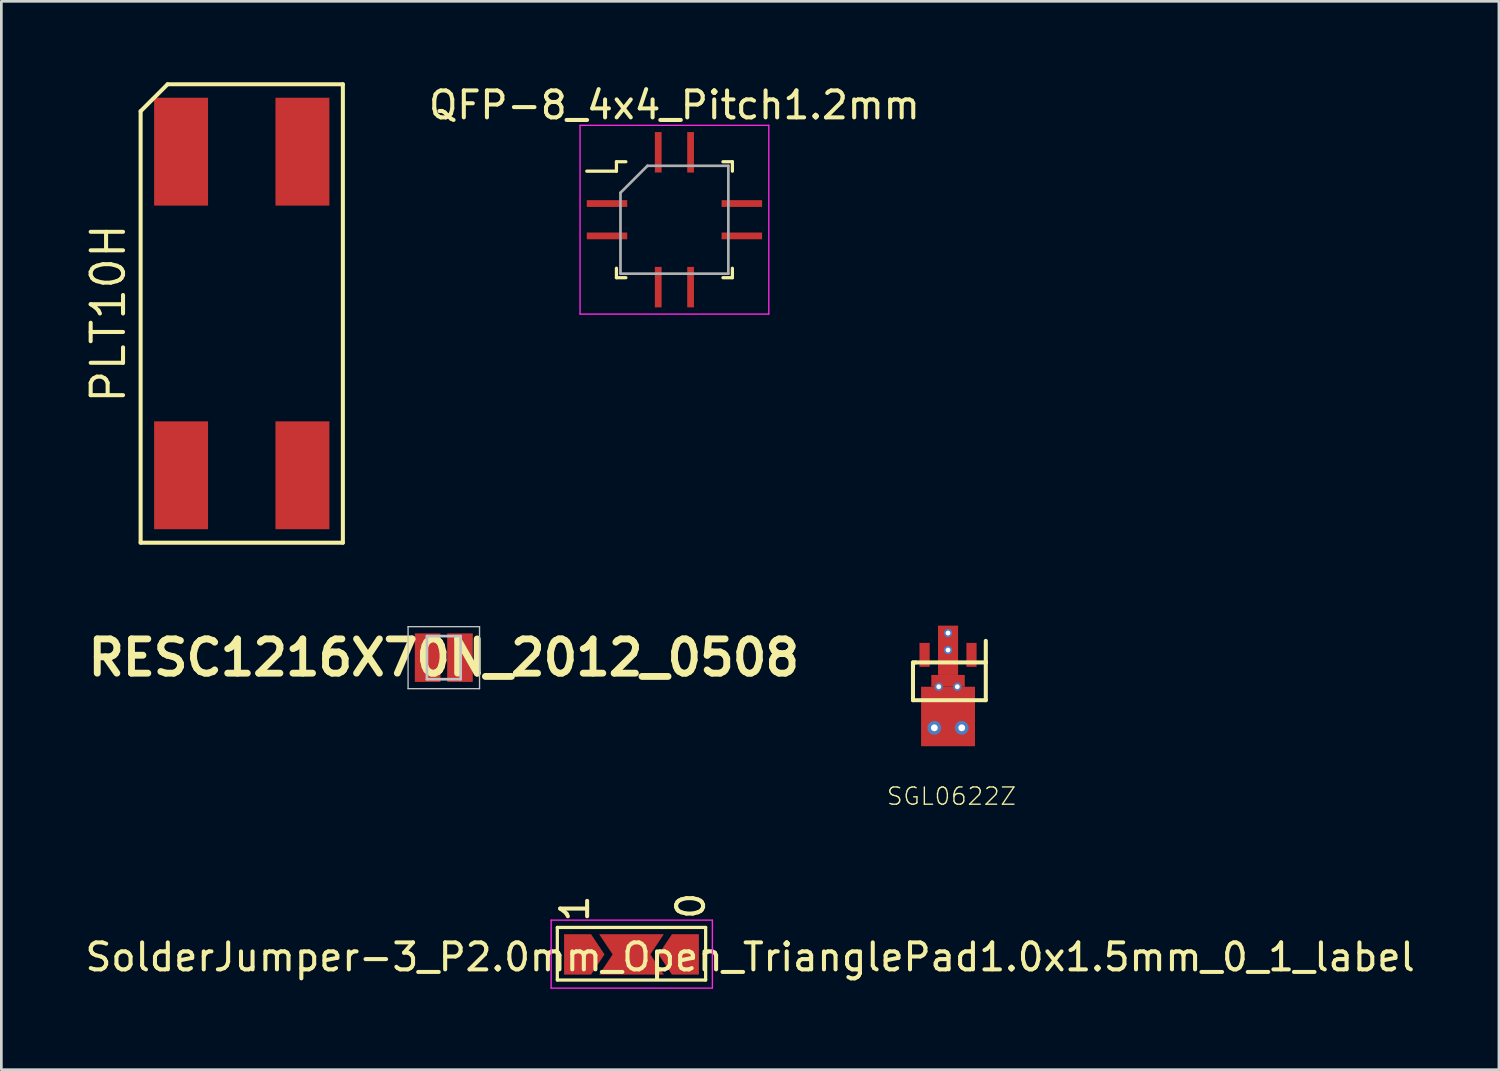
<source format=kicad_pcb>
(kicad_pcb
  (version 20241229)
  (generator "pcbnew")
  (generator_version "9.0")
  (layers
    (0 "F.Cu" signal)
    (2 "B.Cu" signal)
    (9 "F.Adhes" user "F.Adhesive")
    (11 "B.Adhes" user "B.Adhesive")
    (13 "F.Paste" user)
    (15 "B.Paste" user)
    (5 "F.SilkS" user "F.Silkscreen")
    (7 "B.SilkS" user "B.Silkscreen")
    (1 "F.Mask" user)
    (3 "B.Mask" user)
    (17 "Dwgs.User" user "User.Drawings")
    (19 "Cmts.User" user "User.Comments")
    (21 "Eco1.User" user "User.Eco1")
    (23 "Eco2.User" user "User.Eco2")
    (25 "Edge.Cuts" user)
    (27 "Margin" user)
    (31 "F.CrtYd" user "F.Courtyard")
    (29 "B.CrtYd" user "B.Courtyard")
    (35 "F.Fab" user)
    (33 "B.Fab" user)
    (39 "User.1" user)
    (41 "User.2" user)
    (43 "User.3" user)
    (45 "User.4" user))
  (footprint "SGL0622Z"
    (layer "F.Cu")
    (at 32.107 22.416)
    (property "Reference" "SGL0622Z" (at 0.127 4.064 0) (layer "F.SilkS") (effects (font (size 0.64 0.64) (thickness 0.05))))
    (attr smd)
    (fp_line (start -1.3 -0.9) (end -1.2 -0.9) (stroke (width 0.15) (type solid)) (layer "F.SilkS"))
    (fp_line (start -1.3 0.5) (end -1.3 -0.9) (stroke (width 0.15) (type solid)) (layer "F.SilkS"))
    (fp_line (start -1.2 -0.9) (end 1.4 -0.9) (stroke (width 0.15) (type solid)) (layer "F.SilkS"))
    (fp_line (start 1.4 -0.9) (end 1.4 -1.7) (stroke (width 0.15) (type solid)) (layer "F.SilkS"))
    (fp_line (start 1.4 -0.9) (end 1.4 0.5) (stroke (width 0.15) (type solid)) (layer "F.SilkS"))
    (fp_line (start 1.4 0.5) (end -1.3 0.5) (stroke (width 0.15) (type solid)) (layer "F.SilkS"))
    (pad "" thru_hole circle (at -0.508 1.524) (size 0.508 0.508) (drill 0.254) (layers "*.Cu" "*.Mask"))
    (pad "" thru_hole circle (at -0.344 0) (size 0.305 0.305) (drill 0.178) (layers "*.Cu" "*.Mask"))
    (pad "" thru_hole circle (at 0 -1.99) (size 0.305 0.305) (drill 0.178) (layers "*.Cu" "*.Mask"))
    (pad "" thru_hole circle (at 0 -1.36) (size 0.305 0.305) (drill 0.178) (layers "*.Cu" "*.Mask"))
    (pad "" smd rect (at 0 -0.218) (size 1.242 0.437) (layers "F.Cu" "F.Mask" "F.Paste"))
    (pad "" smd rect (at 0 1.104) (size 1.999 2.207) (layers "F.Cu" "F.Mask" "F.Paste"))
    (pad "" thru_hole circle (at 0.344 0) (size 0.305 0.305) (drill 0.178) (layers "*.Cu" "*.Mask"))
    (pad "" thru_hole circle (at 0.508 1.524) (size 0.508 0.508) (drill 0.254) (layers "*.Cu" "*.Mask"))
    (pad "1" smd rect (at 0.87 -1.181) (size 0.378 0.889) (layers "F.Cu" "F.Mask" "F.Paste"))
    (pad "2" smd rect (at 0 -1.351) (size 0.744 1.829) (layers "F.Cu" "F.Mask" "F.Paste"))
    (pad "4" smd rect (at -0.87 -1.181) (size 0.378 0.889) (layers "F.Cu" "F.Mask" "F.Paste")))
  (footprint "QFP-8_4x4_Pitch1.2mm"
    (layer "F.Cu")
    (at 21.96 5.098)
    (property "Reference" "QFP-8_4x4_Pitch1.2mm" (at 0 -4.25 0) (layer "F.SilkS") (effects (font (size 1 1) (thickness 0.15))))
    (attr smd)
    (fp_line (start -2.15 -2.15) (end -2.15 -1.8) (stroke (width 0.12) (type solid)) (layer "F.SilkS"))
    (fp_line (start -2.15 -1.8) (end -3.25 -1.8) (stroke (width 0.12) (type solid)) (layer "F.SilkS"))
    (fp_line (start -2.15 2.15) (end -2.15 1.8) (stroke (width 0.12) (type solid)) (layer "F.SilkS"))
    (fp_line (start -1.8 -2.15) (end -2.15 -2.15) (stroke (width 0.12) (type solid)) (layer "F.SilkS"))
    (fp_line (start -1.8 2.15) (end -2.15 2.15) (stroke (width 0.12) (type solid)) (layer "F.SilkS"))
    (fp_line (start 1.8 -2.15) (end 2.15 -2.15) (stroke (width 0.12) (type solid)) (layer "F.SilkS"))
    (fp_line (start 1.8 2.15) (end 2.15 2.15) (stroke (width 0.12) (type solid)) (layer "F.SilkS"))
    (fp_line (start 2.15 -2.15) (end 2.15 -1.8) (stroke (width 0.12) (type solid)) (layer "F.SilkS"))
    (fp_line (start 2.15 2.15) (end 2.15 1.8) (stroke (width 0.12) (type solid)) (layer "F.SilkS"))
    (fp_line (start -3.5 -3.5) (end 3.5 -3.5) (stroke (width 0.05) (type solid)) (layer "F.CrtYd"))
    (fp_line (start -3.5 3.5) (end -3.5 -3.5) (stroke (width 0.05) (type solid)) (layer "F.CrtYd"))
    (fp_line (start 3.5 -3.5) (end 3.5 3.5) (stroke (width 0.05) (type solid)) (layer "F.CrtYd"))
    (fp_line (start 3.5 3.5) (end -3.5 3.5) (stroke (width 0.05) (type solid)) (layer "F.CrtYd"))
    (fp_line (start -2 -1) (end -2 2) (stroke (width 0.1) (type solid)) (layer "F.Fab"))
    (fp_line (start -2 2) (end 2 2) (stroke (width 0.1) (type solid)) (layer "F.Fab"))
    (fp_line (start -1 -2) (end -2 -1) (stroke (width 0.1) (type solid)) (layer "F.Fab"))
    (fp_line (start 2 -2) (end -1 -2) (stroke (width 0.1) (type solid)) (layer "F.Fab"))
    (fp_line (start 2 2) (end 2 -2) (stroke (width 0.1) (type solid)) (layer "F.Fab"))
    (pad "1" smd rect (at -2.5 -0.6 90) (size 0.25 1.5) (layers "F.Cu" "F.Mask" "F.Paste"))
    (pad "2" smd rect (at -2.5 0.6 90) (size 0.25 1.5) (layers "F.Cu" "F.Mask" "F.Paste"))
    (pad "3" smd rect (at -0.6 2.5) (size 0.25 1.5) (layers "F.Cu" "F.Mask" "F.Paste"))
    (pad "4" smd rect (at 0.6 2.5) (size 0.25 1.5) (layers "F.Cu" "F.Mask" "F.Paste"))
    (pad "5" smd rect (at 2.5 0.6 90) (size 0.25 1.5) (layers "F.Cu" "F.Mask" "F.Paste"))
    (pad "6" smd rect (at 2.5 -0.6 90) (size 0.25 1.5) (layers "F.Cu" "F.Mask" "F.Paste"))
    (pad "7" smd rect (at 0.6 -2.5) (size 0.25 1.5) (layers "F.Cu" "F.Mask" "F.Paste"))
    (pad "8" smd rect (at -0.6 -2.5) (size 0.25 1.5) (layers "F.Cu" "F.Mask" "F.Paste")))
  (footprint "SolderJumper-3_P2.0mm_Open_TrianglePad1.0x1.5mm_0_1_label"
    (layer "F.Cu")
    (at 20.368 32.343)
    (property "Reference" "SolderJumper-3_P2.0mm_Open_TrianglePad1.0x1.5mm_0_1_label" (at 4.4 0.1 0) (layer "F.SilkS") (effects (font (size 1 1) (thickness 0.15))))
    (attr exclude_from_pos_files exclude_from_bom)
    (fp_line (start -2.75 -1) (end 2.75 -1) (stroke (width 0.12) (type solid)) (layer "F.SilkS"))
    (fp_line (start -2.75 0.95) (end -2.75 -1) (stroke (width 0.12) (type solid)) (layer "F.SilkS"))
    (fp_line (start 2.75 -1) (end 2.75 0.95) (stroke (width 0.12) (type solid)) (layer "F.SilkS"))
    (fp_line (start 2.75 0.95) (end -2.75 0.95) (stroke (width 0.12) (type solid)) (layer "F.SilkS"))
    (fp_line (start -2.98 -1.27) (end -2.98 1.25) (stroke (width 0.05) (type solid)) (layer "F.CrtYd"))
    (fp_line (start -2.98 -1.27) (end 3 -1.27) (stroke (width 0.05) (type solid)) (layer "F.CrtYd"))
    (fp_line (start 3 1.25) (end -2.98 1.25) (stroke (width 0.05) (type solid)) (layer "F.CrtYd"))
    (fp_line (start 3 1.25) (end 3 -1.27) (stroke (width 0.05) (type solid)) (layer "F.CrtYd"))
    (fp_text user "0" (at 2.2 -1.8 90) (layer "F.SilkS") (effects (font (size 1 1) (thickness 0.15))))
    (fp_text user "1" (at -2.1 -1.7 90) (layer "F.SilkS") (effects (font (size 1 1) (thickness 0.15))))
    (pad "" smd rect (at -1.2 0) (size 1.5 1.5) (layers "F.Mask"))
    (pad "" smd rect (at 1.2 0) (size 1.5 1.5) (layers "F.Mask"))
    (pad "1" smd custom (at -2 0) (size 0.3 0.3) (layers "F.Cu" "F.Mask") (options (anchor rect)) (primitives (gr_poly (pts (xy -0.5 -0.75) (xy 0.5 -0.75) (xy 1 0) (xy 0.5 0.75) (xy -0.5 0.75)) (width 0) (fill yes))))
    (pad "2" smd custom (at 0 0) (size 0.3 0.3) (layers "F.Cu") (options (anchor rect)) (primitives (gr_poly (pts (xy -1.2 -0.75) (xy 1.2 -0.75) (xy 0.7 0) (xy 1.2 0.75) (xy -1.2 0.75) (xy -0.7 0)) (width 0) (fill yes))))
    (pad "3" smd custom (at 2 0 180) (size 0.3 0.3) (layers "F.Cu" "F.Mask") (options (anchor rect)) (primitives (gr_poly (pts (xy -0.5 -0.75) (xy 0.5 -0.75) (xy 1 0) (xy 0.5 0.75) (xy -0.5 0.75)) (width 0) (fill yes)))))
  (footprint "PLT10H"
    (layer "F.Cu")
    (at 5.915 8.575)
    (property "Reference" "PLT10H" (at -4.95 0 90) (layer "F.SilkS") (effects (font (size 1.2 1.2) (thickness 0.15))))
    (attr through_hole)
    (fp_line (start -3.75 -7.5) (end -3.75 8.5) (stroke (width 0.15) (type solid)) (layer "F.SilkS"))
    (fp_line (start -3.75 8.5) (end 3.75 8.5) (stroke (width 0.15) (type solid)) (layer "F.SilkS"))
    (fp_line (start -2.75 -8.5) (end -3.75 -7.5) (stroke (width 0.15) (type solid)) (layer "F.SilkS"))
    (fp_line (start 3.75 -8.5) (end -2.75 -8.5) (stroke (width 0.15) (type solid)) (layer "F.SilkS"))
    (fp_line (start 3.75 8.5) (end 3.75 -8.5) (stroke (width 0.15) (type solid)) (layer "F.SilkS"))
    (pad "1" smd rect (at -2.25 -6) (size 2 4) (layers "F.Cu" "F.Mask" "F.Paste"))
    (pad "2" smd rect (at 2.25 -6) (size 2 4) (layers "F.Cu" "F.Mask" "F.Paste"))
    (pad "3" smd rect (at 2.25 6) (size 2 4) (layers "F.Cu" "F.Mask" "F.Paste"))
    (pad "4" smd rect (at -2.25 6) (size 2 4) (layers "F.Cu" "F.Mask" "F.Paste")))
  (footprint "RESC1216X70N_2012_0508"
    (layer "F.Cu")
    (at 13.408 21.339)
    (property "Reference" "RESC1216X70N_2012_0508" (at 0 0 0) (layer "F.SilkS") (effects (font (size 1.27 1.27) (thickness 0.254))))
    (attr smd)
    (fp_line (start -1.325 -1.15) (end 1.325 -1.15) (stroke (width 0.05) (type solid)) (layer "Dwgs.User"))
    (fp_line (start -1.325 1.15) (end -1.325 -1.15) (stroke (width 0.05) (type solid)) (layer "Dwgs.User"))
    (fp_line (start -0.625 -0.8) (end 0.625 -0.8) (stroke (width 0.1) (type solid)) (layer "Dwgs.User"))
    (fp_line (start -0.625 0.8) (end -0.625 -0.8) (stroke (width 0.1) (type solid)) (layer "Dwgs.User"))
    (fp_line (start 0.625 -0.8) (end 0.625 0.8) (stroke (width 0.1) (type solid)) (layer "Dwgs.User"))
    (fp_line (start 0.625 0.8) (end -0.625 0.8) (stroke (width 0.1) (type solid)) (layer "Dwgs.User"))
    (fp_line (start 1.325 -1.15) (end 1.325 1.15) (stroke (width 0.05) (type solid)) (layer "Dwgs.User"))
    (fp_line (start 1.325 1.15) (end -1.325 1.15) (stroke (width 0.05) (type solid)) (layer "Dwgs.User"))
    (pad "1" smd rect (at -0.6 0) (size 0.95 1.8) (layers "F.Cu" "F.Mask" "F.Paste"))
    (pad "2" smd rect (at 0.6 0) (size 0.95 1.8) (layers "F.Cu" "F.Mask" "F.Paste")))
  (gr_rect
    (start -3 -3)
    (end 52.536 36.618)
    (stroke (width 0.1) (type default))
    (fill no)
    (layer "Edge.Cuts")))
</source>
